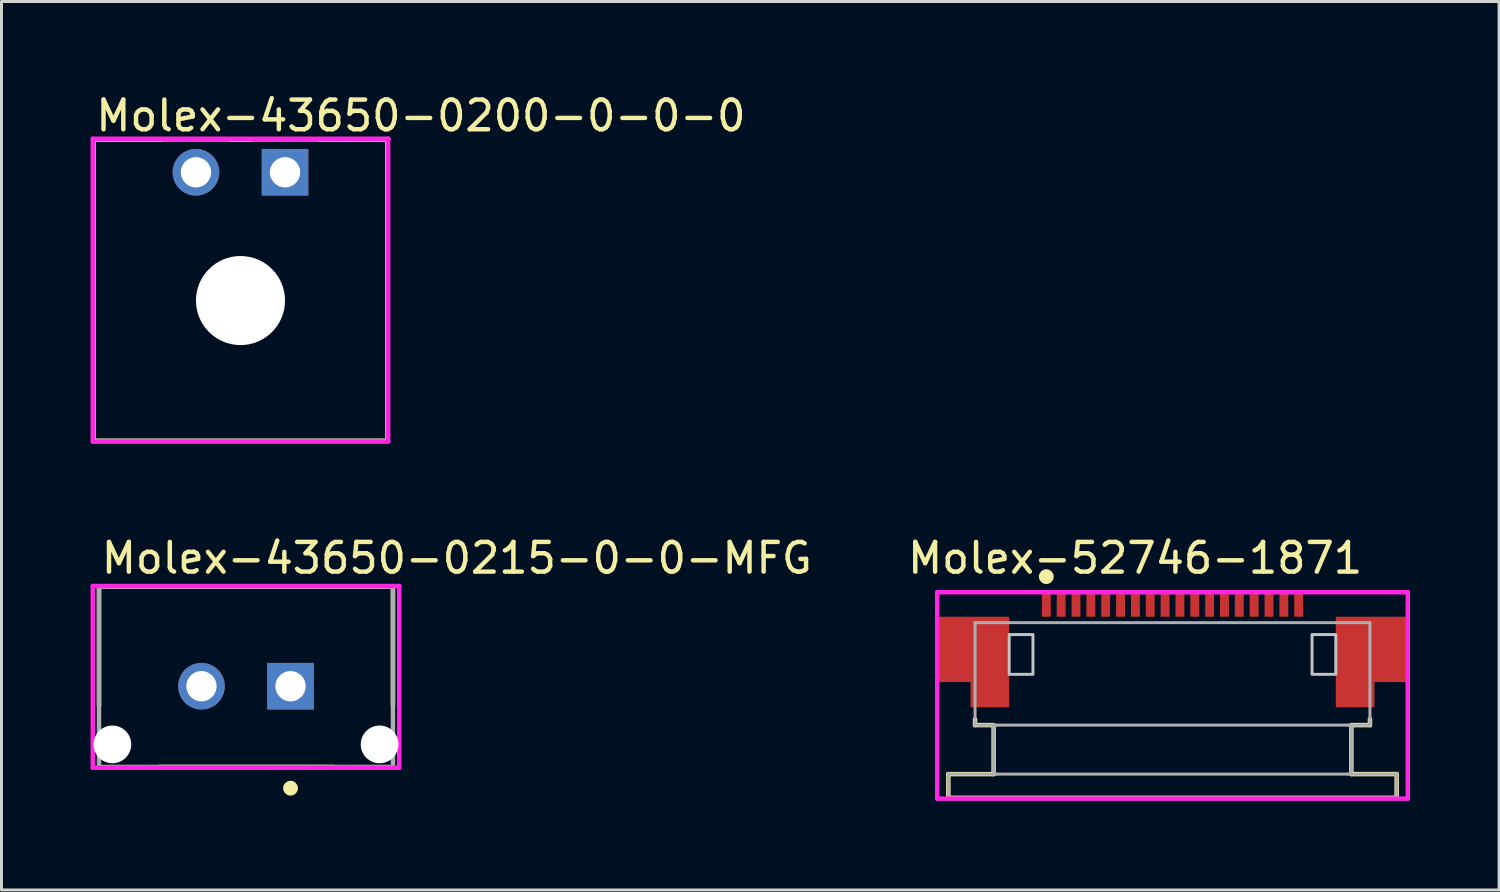
<source format=kicad_pcb>
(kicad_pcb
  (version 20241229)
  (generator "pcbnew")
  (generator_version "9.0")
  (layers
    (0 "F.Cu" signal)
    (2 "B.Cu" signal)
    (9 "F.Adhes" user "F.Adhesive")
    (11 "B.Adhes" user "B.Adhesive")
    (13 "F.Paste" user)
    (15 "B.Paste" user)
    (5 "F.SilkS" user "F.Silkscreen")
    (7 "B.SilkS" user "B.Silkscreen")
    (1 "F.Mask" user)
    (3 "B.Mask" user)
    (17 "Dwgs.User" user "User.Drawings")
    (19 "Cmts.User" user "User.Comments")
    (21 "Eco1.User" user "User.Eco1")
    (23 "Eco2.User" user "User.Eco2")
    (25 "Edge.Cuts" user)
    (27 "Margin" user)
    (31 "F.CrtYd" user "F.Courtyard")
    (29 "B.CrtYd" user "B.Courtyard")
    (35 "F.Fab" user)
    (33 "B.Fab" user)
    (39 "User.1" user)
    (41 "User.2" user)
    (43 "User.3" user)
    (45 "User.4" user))
  (footprint "Molex-43650-0200-0-0-0"
    (layer "F.Cu")
    (at 5.05 6.723)
    (property "Reference" "Molex-43650-0200-0-0-0" (at -4.95 -5.875 0) (layer "F.SilkS") (effects (font (size 1 1) (thickness 0.15)) (justify left)))
    (fp_line (start -4.95 -5.075) (end -2.66 -5.075) (stroke (width 0.15) (type solid)) (layer "F.SilkS"))
    (fp_line (start -4.95 5.075) (end -4.95 -5.075) (stroke (width 0.15) (type solid)) (layer "F.SilkS"))
    (fp_line (start -4.95 5.075) (end 4.95 5.075) (stroke (width 0.15) (type solid)) (layer "F.SilkS"))
    (fp_line (start -0.34 -5.075) (end 0.34 -5.075) (stroke (width 0.15) (type solid)) (layer "F.SilkS"))
    (fp_line (start 2.66 -5.075) (end 4.95 -5.075) (stroke (width 0.15) (type solid)) (layer "F.SilkS"))
    (fp_line (start 4.95 5.075) (end 4.95 -5.075) (stroke (width 0.15) (type solid)) (layer "F.SilkS"))
    (fp_line (start -4.975 -5.1) (end -4.975 5.1) (stroke (width 0.15) (type solid)) (layer "F.CrtYd"))
    (fp_line (start -4.975 5.1) (end 4.975 5.1) (stroke (width 0.15) (type solid)) (layer "F.CrtYd"))
    (fp_line (start 4.975 -5.1) (end -4.975 -5.1) (stroke (width 0.15) (type solid)) (layer "F.CrtYd"))
    (fp_line (start 4.975 -5.1) (end 4.975 -5.1) (stroke (width 0.15) (type solid)) (layer "F.CrtYd"))
    (fp_line (start 4.975 5.1) (end 4.975 -5.1) (stroke (width 0.15) (type solid)) (layer "F.CrtYd"))
    (fp_line (start -4.95 -5.075) (end 4.95 -5.075) (stroke (width 0.15) (type solid)) (layer "F.Fab"))
    (fp_line (start -4.95 5.075) (end -4.95 -5.075) (stroke (width 0.15) (type solid)) (layer "F.Fab"))
    (fp_line (start 4.95 -5.075) (end 4.95 5.075) (stroke (width 0.15) (type solid)) (layer "F.Fab"))
    (fp_line (start 4.95 5.075) (end -4.95 5.075) (stroke (width 0.15) (type solid)) (layer "F.Fab"))
    (pad "" np_thru_hole circle (at 0 0.35) (size 3 3) (drill 3) (layers "*.Cu" "*.Mask"))
    (pad "1" thru_hole rect (at 1.5 -3.97) (size 1.57 1.57) (drill 1.02) (layers "*.Cu"))
    (pad "2" thru_hole circle (at -1.5 -3.97) (size 1.57 1.57) (drill 1.02) (layers "*.Cu")))
  (footprint "Molex-43650-0215-0-0-MFG"
    (layer "F.Cu")
    (at 5.235 19.747)
    (property "Reference" "Molex-43650-0215-0-0-MFG" (at -4.95 -4 0) (layer "F.SilkS") (effects (font (size 1 1) (thickness 0.15)) (justify left)))
    (fp_line (start -4.95 -3.035) (end -4.95 0.965) (stroke (width 0.15) (type solid)) (layer "F.SilkS"))
    (fp_line (start 2.95 3.035) (end -2.95 3.035) (stroke (width 0.15) (type solid)) (layer "F.SilkS"))
    (fp_line (start 4.95 -3.035) (end -4.95 -3.035) (stroke (width 0.15) (type solid)) (layer "F.SilkS"))
    (fp_line (start 4.95 -3.035) (end 4.95 0.965) (stroke (width 0.15) (type solid)) (layer "F.SilkS"))
    (fp_circle (center 1.5 3.75) (end 1.625 3.75) (stroke (width 0.25) (type solid)) (fill no) (layer "F.SilkS"))
    (fp_line (start -5.16 -3.06) (end -5.16 3.06) (stroke (width 0.15) (type solid)) (layer "F.CrtYd"))
    (fp_line (start -5.16 3.06) (end 5.16 3.06) (stroke (width 0.15) (type solid)) (layer "F.CrtYd"))
    (fp_line (start 5.16 -3.06) (end -5.16 -3.06) (stroke (width 0.15) (type solid)) (layer "F.CrtYd"))
    (fp_line (start 5.16 -3.06) (end 5.16 -3.06) (stroke (width 0.15) (type solid)) (layer "F.CrtYd"))
    (fp_line (start 5.16 3.06) (end 5.16 -3.06) (stroke (width 0.15) (type solid)) (layer "F.CrtYd"))
    (fp_line (start -4.95 -3.035) (end 4.95 -3.035) (stroke (width 0.15) (type solid)) (layer "F.Fab"))
    (fp_line (start -4.95 3.035) (end -4.95 -3.035) (stroke (width 0.15) (type solid)) (layer "F.Fab"))
    (fp_line (start 4.95 -3.035) (end 4.95 3.035) (stroke (width 0.15) (type solid)) (layer "F.Fab"))
    (fp_line (start 4.95 3.035) (end -4.95 3.035) (stroke (width 0.15) (type solid)) (layer "F.Fab"))
    (pad "" np_thru_hole circle (at -4.5 2.275) (size 1.27 1.27) (drill 1.27) (layers "*.Cu" "*.Mask"))
    (pad "" np_thru_hole circle (at 4.5 2.275) (size 1.27 1.27) (drill 1.27) (layers "*.Cu" "*.Mask"))
    (pad "1" thru_hole rect (at 1.5 0.315) (size 1.57 1.57) (drill 1.02) (layers "*.Cu"))
    (pad "2" thru_hole circle (at -1.5 0.315) (size 1.57 1.57) (drill 1.02) (layers "*.Cu")))
  (footprint "Molex-52746-1871"
    (layer "F.Cu")
    (at 36.44 18.146)
    (property "Reference" "Molex-52746-1871" (at -9 -2.399 0) (layer "F.SilkS") (effects (font (size 1 1) (thickness 0.15)) (justify left)))
    (attr through_hole)
    (fp_poly (pts (xy -7.9 -0.424) (xy -5.5 -0.424) (xy -5.5 2.626) (xy -5.5 2.626) (xy -6.8 2.626) (xy -6.8 1.777) (xy -6.8 1.776) (xy -7.9 1.776)) (stroke (width 0) (type solid)) (fill yes) (layer "F.Cu"))
    (fp_poly (pts (xy 5.5 -0.424) (xy 7.9 -0.424) (xy 7.9 1.776) (xy 7.9 1.777) (xy 6.8 1.777) (xy 6.8 2.626) (xy 5.5 2.626) (xy 5.5 -0.424)) (stroke (width 0) (type solid)) (fill yes) (layer "F.Cu"))
    (fp_poly (pts (xy -7.9 -0.424) (xy -5.5 -0.424) (xy -5.5 2.626) (xy -5.5 2.626) (xy -6.8 2.626) (xy -6.8 1.777) (xy -6.8 1.776) (xy -7.9 1.776)) (stroke (width 0) (type solid)) (fill yes) (layer "F.Mask"))
    (fp_poly (pts (xy 5.5 -0.424) (xy 7.9 -0.424) (xy 7.9 1.776) (xy 7.9 1.777) (xy 6.8 1.777) (xy 6.8 2.626) (xy 5.5 2.626) (xy 5.5 -0.424)) (stroke (width 0) (type solid)) (fill yes) (layer "F.Mask"))
    (fp_line (start -7.55 4.877) (end -6.025 4.877) (stroke (width 0.15) (type solid)) (layer "F.SilkS"))
    (fp_line (start -7.55 5.676) (end -7.55 4.877) (stroke (width 0.15) (type solid)) (layer "F.SilkS"))
    (fp_line (start -7.55 5.676) (end 7.55 5.676) (stroke (width 0.15) (type solid)) (layer "F.SilkS"))
    (fp_line (start -6.65 3.226) (end -6.65 3.026) (stroke (width 0.15) (type solid)) (layer "F.SilkS"))
    (fp_line (start -6.65 3.226) (end -6.025 3.226) (stroke (width 0.15) (type solid)) (layer "F.SilkS"))
    (fp_line (start -6.025 4.876) (end -6.025 3.239) (stroke (width 0.15) (type solid)) (layer "F.SilkS"))
    (fp_line (start 6.025 3.226) (end 6.65 3.226) (stroke (width 0.15) (type solid)) (layer "F.SilkS"))
    (fp_line (start 6.025 4.876) (end 6.025 3.226) (stroke (width 0.15) (type solid)) (layer "F.SilkS"))
    (fp_line (start 6.025 4.876) (end 7.55 4.876) (stroke (width 0.15) (type solid)) (layer "F.SilkS"))
    (fp_line (start 6.65 3.226) (end 6.65 3.026) (stroke (width 0.15) (type solid)) (layer "F.SilkS"))
    (fp_line (start 7.55 5.676) (end 7.55 4.876) (stroke (width 0.15) (type solid)) (layer "F.SilkS"))
    (fp_circle (center -4.25 -1.774) (end -4.125 -1.774) (stroke (width 0.25) (type solid)) (fill no) (layer "F.SilkS"))
    (fp_poly (pts (xy -7.9 -0.424) (xy -5.5 -0.424) (xy -5.5 2.626) (xy -5.5 2.626) (xy -6.8 2.626) (xy -6.8 1.777) (xy -6.8 1.776) (xy -7.9 1.776)) (stroke (width 0) (type solid)) (fill yes) (layer "F.Paste"))
    (fp_poly (pts (xy 5.5 -0.424) (xy 7.9 -0.424) (xy 7.9 1.776) (xy 7.9 1.777) (xy 6.8 1.777) (xy 6.8 2.626) (xy 5.5 2.626) (xy 5.5 -0.424)) (stroke (width 0) (type solid)) (fill yes) (layer "F.Paste"))
    (fp_poly (pts (xy -5.5 0.176) (xy -4.7 0.176) (xy -4.7 1.516) (xy -5.5 1.516)) (stroke (width 0.1) (type solid)) (fill no) (layer "Dwgs.User"))
    (fp_poly (pts (xy 5.5 0.176) (xy 4.7 0.176) (xy 4.7 1.516) (xy 5.5 1.516)) (stroke (width 0.1) (type solid)) (fill no) (layer "Dwgs.User"))
    (fp_line (start -7.925 -1.249) (end -7.925 5.702) (stroke (width 0.15) (type solid)) (layer "F.CrtYd"))
    (fp_line (start -7.925 5.702) (end 7.925 5.702) (stroke (width 0.15) (type solid)) (layer "F.CrtYd"))
    (fp_line (start 7.925 -1.249) (end -7.925 -1.249) (stroke (width 0.15) (type solid)) (layer "F.CrtYd"))
    (fp_line (start 7.925 -1.249) (end 7.925 -1.249) (stroke (width 0.15) (type solid)) (layer "F.CrtYd"))
    (fp_line (start 7.925 5.702) (end 7.925 -1.249) (stroke (width 0.15) (type solid)) (layer "F.CrtYd"))
    (fp_line (start -7.55 4.876) (end -5.9 4.876) (stroke (width 0.1) (type solid)) (layer "F.Fab"))
    (fp_line (start -7.55 5.677) (end 7.55 5.677) (stroke (width 0.1) (type solid)) (layer "F.Fab"))
    (fp_line (start -7.55 5.676) (end -7.55 4.877) (stroke (width 0.1) (type solid)) (layer "F.Fab"))
    (fp_line (start -6.65 -0.224) (end 6.65 -0.224) (stroke (width 0.1) (type solid)) (layer "F.Fab"))
    (fp_line (start -6.65 3.226) (end -6.65 -0.224) (stroke (width 0.1) (type solid)) (layer "F.Fab"))
    (fp_line (start -6.65 3.226) (end -5.9 3.226) (stroke (width 0.1) (type solid)) (layer "F.Fab"))
    (fp_line (start -6.025 4.867) (end -6.025 3.226) (stroke (width 0.1) (type solid)) (layer "F.Fab"))
    (fp_line (start -5.9 3.226) (end 5.9 3.226) (stroke (width 0.1) (type solid)) (layer "F.Fab"))
    (fp_line (start -5.9 4.876) (end 5.9 4.876) (stroke (width 0.1) (type solid)) (layer "F.Fab"))
    (fp_line (start 5.9 3.226) (end 6.65 3.226) (stroke (width 0.1) (type solid)) (layer "F.Fab"))
    (fp_line (start 5.9 4.876) (end 7.55 4.876) (stroke (width 0.1) (type solid)) (layer "F.Fab"))
    (fp_line (start 6.025 4.876) (end 6.025 3.226) (stroke (width 0.1) (type solid)) (layer "F.Fab"))
    (fp_line (start 6.65 3.226) (end 6.65 -0.224) (stroke (width 0.1) (type solid)) (layer "F.Fab"))
    (fp_line (start 7.55 5.677) (end 7.55 4.876) (stroke (width 0.1) (type solid)) (layer "F.Fab"))
    (pad "1" smd rect (at -4.25 -0.824) (size 0.3 0.8) (layers "F.Cu" "F.Mask" "F.Paste"))
    (pad "2" smd rect (at -3.75 -0.824) (size 0.3 0.8) (layers "F.Cu" "F.Mask" "F.Paste"))
    (pad "3" smd rect (at -3.25 -0.824) (size 0.3 0.8) (layers "F.Cu" "F.Mask" "F.Paste"))
    (pad "4" smd rect (at -2.75 -0.824) (size 0.3 0.8) (layers "F.Cu" "F.Mask" "F.Paste"))
    (pad "5" smd rect (at -2.25 -0.824) (size 0.3 0.8) (layers "F.Cu" "F.Mask" "F.Paste"))
    (pad "6" smd rect (at -1.75 -0.824) (size 0.3 0.8) (layers "F.Cu" "F.Mask" "F.Paste"))
    (pad "7" smd rect (at -1.25 -0.824) (size 0.3 0.8) (layers "F.Cu" "F.Mask" "F.Paste"))
    (pad "8" smd rect (at -0.75 -0.824) (size 0.3 0.8) (layers "F.Cu" "F.Mask" "F.Paste"))
    (pad "9" smd rect (at -0.25 -0.824) (size 0.3 0.8) (layers "F.Cu" "F.Mask" "F.Paste"))
    (pad "10" smd rect (at 0.25 -0.824) (size 0.3 0.8) (layers "F.Cu" "F.Mask" "F.Paste"))
    (pad "11" smd rect (at 0.75 -0.824) (size 0.3 0.8) (layers "F.Cu" "F.Mask" "F.Paste"))
    (pad "12" smd rect (at 1.25 -0.824) (size 0.3 0.8) (layers "F.Cu" "F.Mask" "F.Paste"))
    (pad "13" smd rect (at 1.75 -0.824) (size 0.3 0.8) (layers "F.Cu" "F.Mask" "F.Paste"))
    (pad "14" smd rect (at 2.25 -0.824) (size 0.3 0.8) (layers "F.Cu" "F.Mask" "F.Paste"))
    (pad "15" smd rect (at 2.75 -0.824) (size 0.3 0.8) (layers "F.Cu" "F.Mask" "F.Paste"))
    (pad "16" smd rect (at 3.25 -0.824) (size 0.3 0.8) (layers "F.Cu" "F.Mask" "F.Paste"))
    (pad "17" smd rect (at 3.75 -0.824) (size 0.3 0.8) (layers "F.Cu" "F.Mask" "F.Paste"))
    (pad "18" smd rect (at 4.25 -0.824) (size 0.3 0.8) (layers "F.Cu" "F.Mask" "F.Paste"))
    (pad "MP1" smd rect (at -6.634 0.824 180) (size 1 1) (layers "F.Cu" "F.Mask" "F.Paste"))
    (pad "MP2" smd rect (at 6.634 0.824) (size 1 1) (layers "F.Cu" "F.Mask" "F.Paste")))
  (gr_rect
    (start -3 -3)
    (end 47.44 26.923)
    (stroke (width 0.1) (type default))
    (fill no)
    (layer "Edge.Cuts")))
</source>
